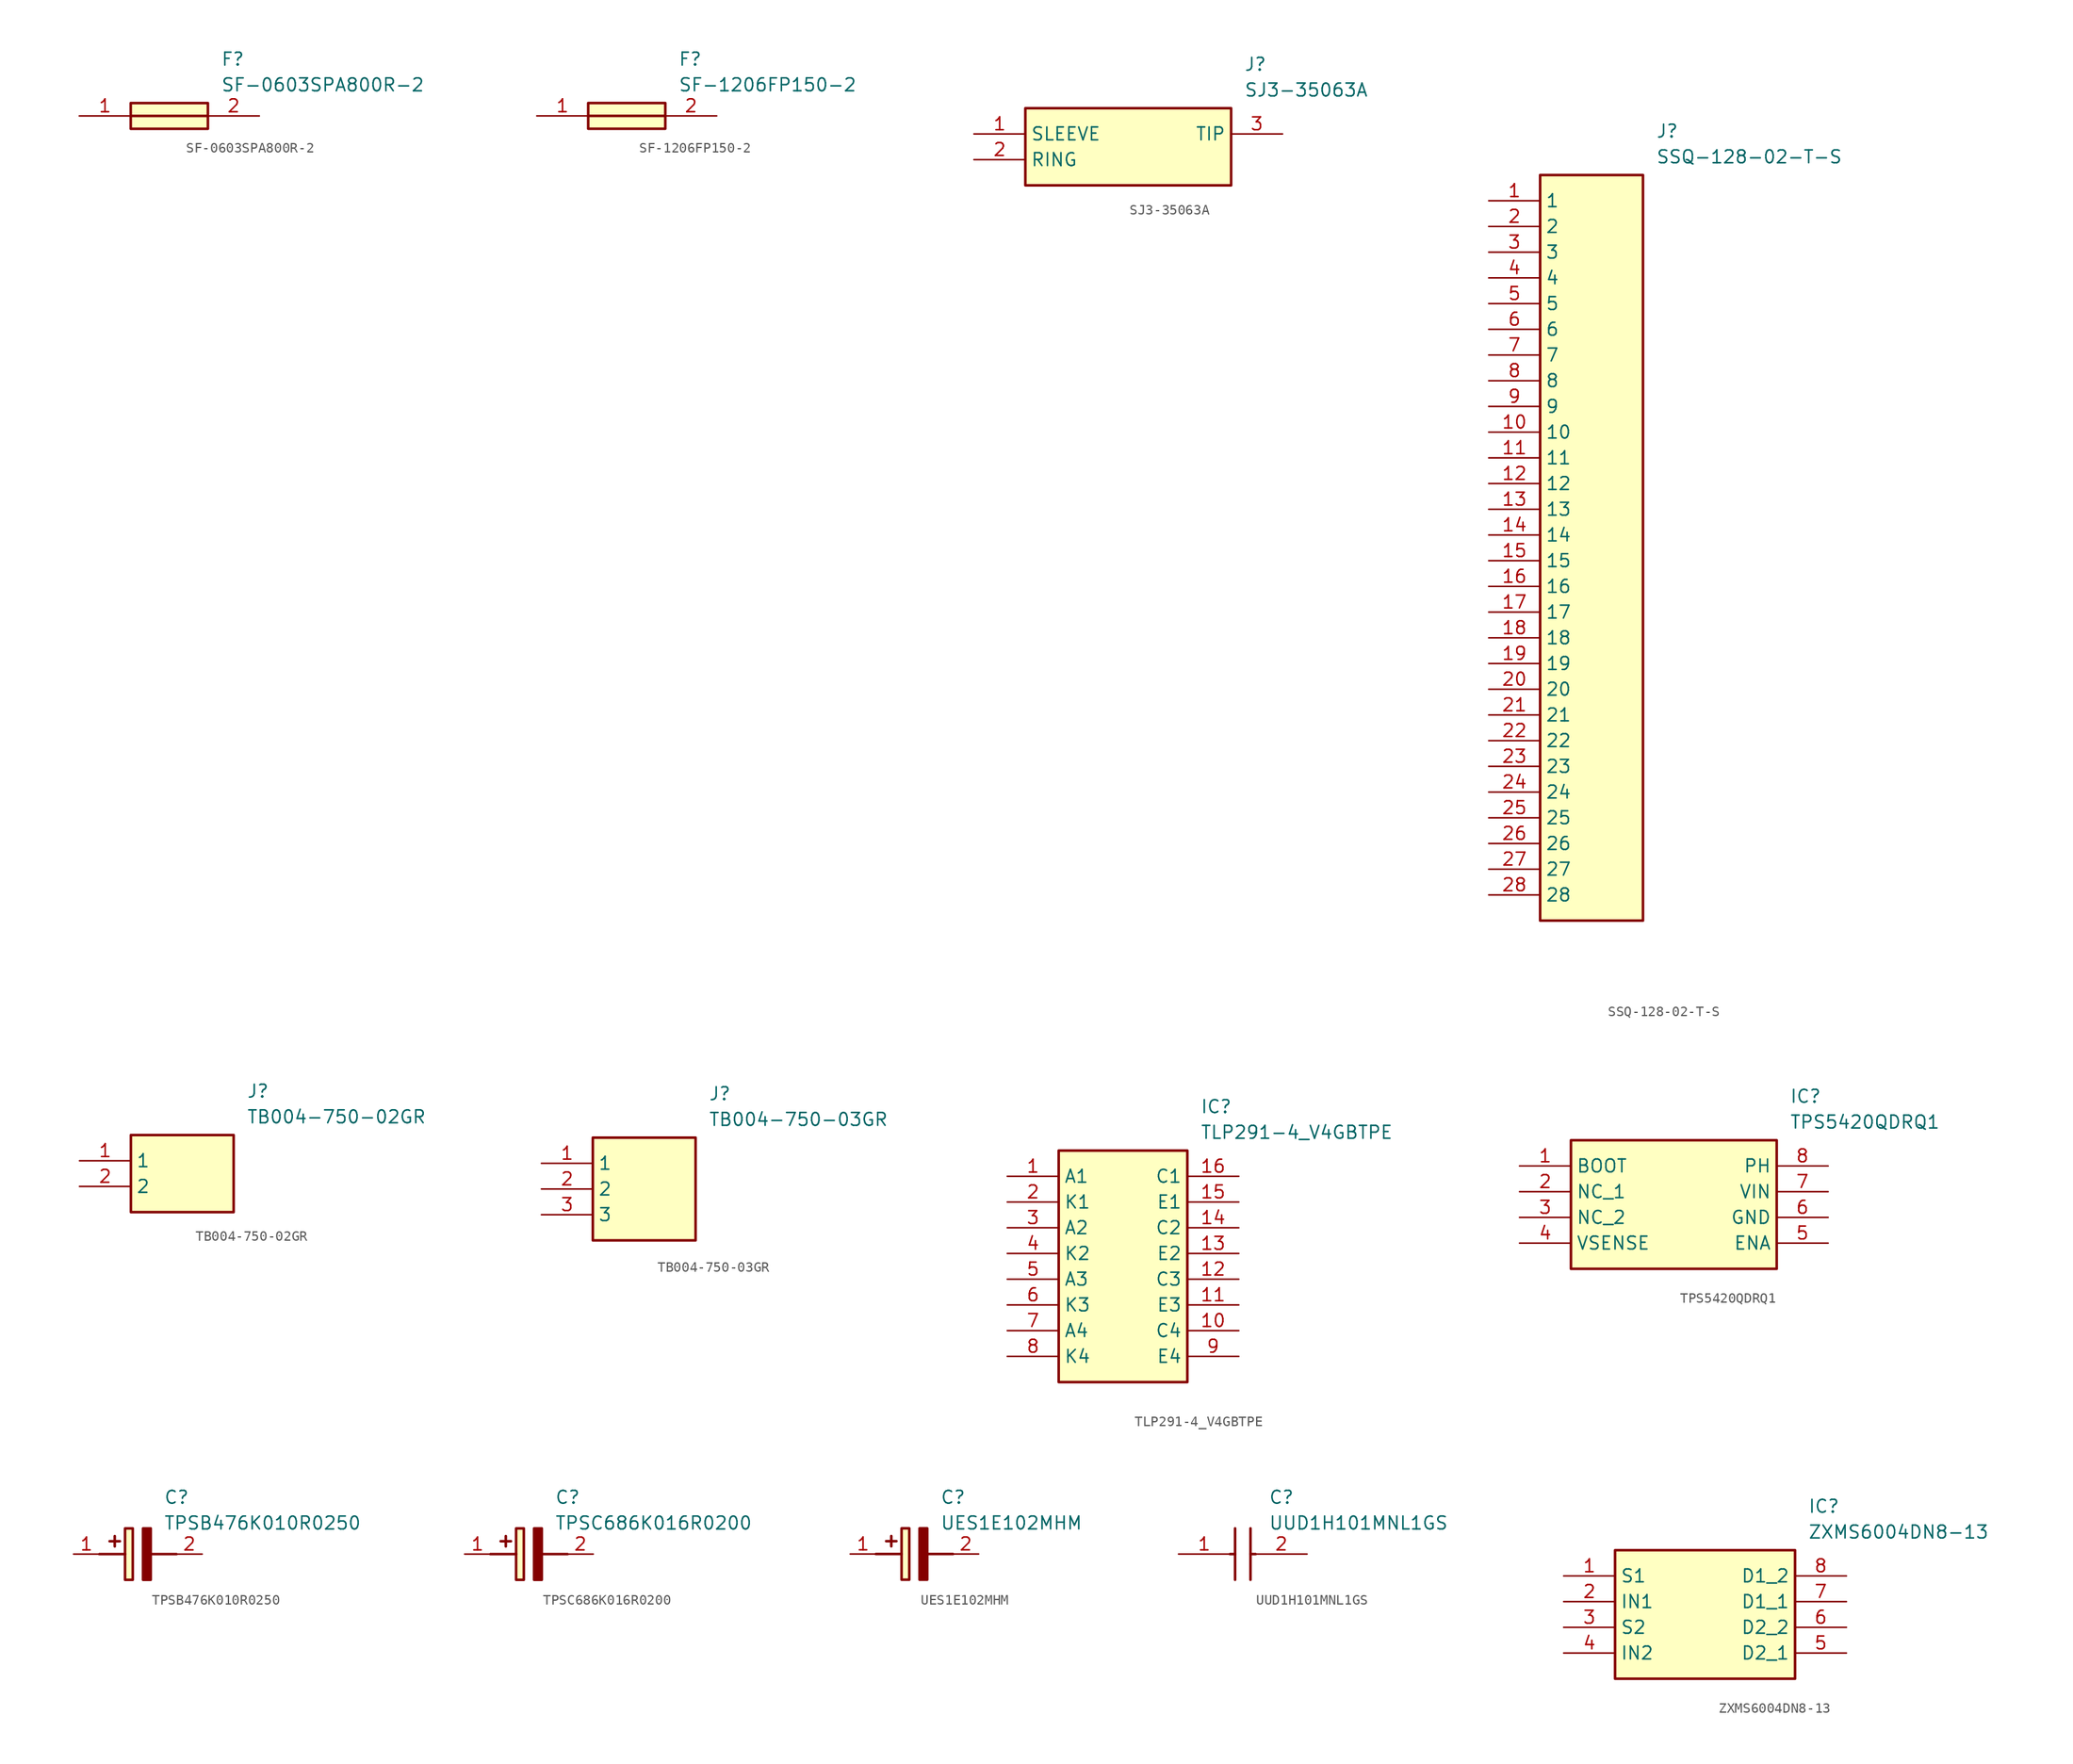
<source format=kicad_sym>
(kicad_symbol_lib
  (version 20220914)
  (generator SamacSys_ECAD_Model)
  (symbol "SF-0603SPA800R-2"
    (pin_names hide)
    (property "Reference" "F"
      (at 13.97 6.35 0)
      (effects (font (size 1.27 1.27)) (justify left top)))
    (property "Value" "SF-0603SPA800R-2"
      (at 13.97 3.81 0)
      (effects (font (size 1.27 1.27)) (justify left top)))
    (rectangle
      (start 5.08 1.27)
      (end 12.7 -1.27)
      (stroke (width 0.254) (type default))
      (fill (type background)))
    (polyline
      (pts (xy 5.08 0) (xy 12.7 0))
      (stroke (width 0.254) (type default))
      (fill (type none)))
    (pin passive line
      (at 0 0 0)
      (length 5.08)
      (name "1" (effects (font (size 1.27 1.27))))
      (number "1" (effects (font (size 1.27 1.27)))))
    (pin passive line
      (at 17.78 0 180)
      (length 5.08)
      (name "2" (effects (font (size 1.27 1.27))))
      (number "2" (effects (font (size 1.27 1.27))))))
  (symbol "SF-1206FP150-2"
    (pin_names hide)
    (property "Reference" "F"
      (at 13.97 6.35 0)
      (effects (font (size 1.27 1.27)) (justify left top)))
    (property "Value" "SF-1206FP150-2"
      (at 13.97 3.81 0)
      (effects (font (size 1.27 1.27)) (justify left top)))
    (rectangle
      (start 5.08 1.27)
      (end 12.7 -1.27)
      (stroke (width 0.254) (type default))
      (fill (type background)))
    (polyline
      (pts (xy 5.08 0) (xy 12.7 0))
      (stroke (width 0.254) (type default))
      (fill (type none)))
    (pin passive line
      (at 0 0 0)
      (length 5.08)
      (name "1" (effects (font (size 1.27 1.27))))
      (number "1" (effects (font (size 1.27 1.27)))))
    (pin passive line
      (at 17.78 0 180)
      (length 5.08)
      (name "2" (effects (font (size 1.27 1.27))))
      (number "2" (effects (font (size 1.27 1.27))))))
  (symbol "SJ3-35063A"
    (property "Reference" "J"
      (at 26.67 7.62 0)
      (effects (font (size 1.27 1.27)) (justify left top)))
    (property "Value" "SJ3-35063A"
      (at 26.67 5.08 0)
      (effects (font (size 1.27 1.27)) (justify left top)))
    (rectangle
      (start 5.08 2.54)
      (end 25.4 -5.08)
      (stroke (width 0.254) (type default))
      (fill (type background)))
    (pin passive line
      (at 0 0 0)
      (length 5.08)
      (name "SLEEVE" (effects (font (size 1.27 1.27))))
      (number "1" (effects (font (size 1.27 1.27)))))
    (pin passive line
      (at 0 -2.54 0)
      (length 5.08)
      (name "RING" (effects (font (size 1.27 1.27))))
      (number "2" (effects (font (size 1.27 1.27)))))
    (pin passive line
      (at 30.48 0 180)
      (length 5.08)
      (name "TIP" (effects (font (size 1.27 1.27))))
      (number "3" (effects (font (size 1.27 1.27))))))
  (symbol "SSQ-128-02-T-S"
    (property "Reference" "J"
      (at 16.51 7.62 0)
      (effects (font (size 1.27 1.27)) (justify left top)))
    (property "Value" "SSQ-128-02-T-S"
      (at 16.51 5.08 0)
      (effects (font (size 1.27 1.27)) (justify left top)))
    (rectangle
      (start 5.08 2.54)
      (end 15.24 -71.12)
      (stroke (width 0.254) (type default))
      (fill (type background)))
    (pin passive line
      (at 0 0 0)
      (length 5.08)
      (name "1" (effects (font (size 1.27 1.27))))
      (number "1" (effects (font (size 1.27 1.27)))))
    (pin passive line
      (at 0 -2.54 0)
      (length 5.08)
      (name "2" (effects (font (size 1.27 1.27))))
      (number "2" (effects (font (size 1.27 1.27)))))
    (pin passive line
      (at 0 -5.08 0)
      (length 5.08)
      (name "3" (effects (font (size 1.27 1.27))))
      (number "3" (effects (font (size 1.27 1.27)))))
    (pin passive line
      (at 0 -7.62 0)
      (length 5.08)
      (name "4" (effects (font (size 1.27 1.27))))
      (number "4" (effects (font (size 1.27 1.27)))))
    (pin passive line
      (at 0 -10.16 0)
      (length 5.08)
      (name "5" (effects (font (size 1.27 1.27))))
      (number "5" (effects (font (size 1.27 1.27)))))
    (pin passive line
      (at 0 -12.7 0)
      (length 5.08)
      (name "6" (effects (font (size 1.27 1.27))))
      (number "6" (effects (font (size 1.27 1.27)))))
    (pin passive line
      (at 0 -15.24 0)
      (length 5.08)
      (name "7" (effects (font (size 1.27 1.27))))
      (number "7" (effects (font (size 1.27 1.27)))))
    (pin passive line
      (at 0 -17.78 0)
      (length 5.08)
      (name "8" (effects (font (size 1.27 1.27))))
      (number "8" (effects (font (size 1.27 1.27)))))
    (pin passive line
      (at 0 -20.32 0)
      (length 5.08)
      (name "9" (effects (font (size 1.27 1.27))))
      (number "9" (effects (font (size 1.27 1.27)))))
    (pin passive line
      (at 0 -22.86 0)
      (length 5.08)
      (name "10" (effects (font (size 1.27 1.27))))
      (number "10" (effects (font (size 1.27 1.27)))))
    (pin passive line
      (at 0 -25.4 0)
      (length 5.08)
      (name "11" (effects (font (size 1.27 1.27))))
      (number "11" (effects (font (size 1.27 1.27)))))
    (pin passive line
      (at 0 -27.94 0)
      (length 5.08)
      (name "12" (effects (font (size 1.27 1.27))))
      (number "12" (effects (font (size 1.27 1.27)))))
    (pin passive line
      (at 0 -30.48 0)
      (length 5.08)
      (name "13" (effects (font (size 1.27 1.27))))
      (number "13" (effects (font (size 1.27 1.27)))))
    (pin passive line
      (at 0 -33.02 0)
      (length 5.08)
      (name "14" (effects (font (size 1.27 1.27))))
      (number "14" (effects (font (size 1.27 1.27)))))
    (pin passive line
      (at 0 -35.56 0)
      (length 5.08)
      (name "15" (effects (font (size 1.27 1.27))))
      (number "15" (effects (font (size 1.27 1.27)))))
    (pin passive line
      (at 0 -38.1 0)
      (length 5.08)
      (name "16" (effects (font (size 1.27 1.27))))
      (number "16" (effects (font (size 1.27 1.27)))))
    (pin passive line
      (at 0 -40.64 0)
      (length 5.08)
      (name "17" (effects (font (size 1.27 1.27))))
      (number "17" (effects (font (size 1.27 1.27)))))
    (pin passive line
      (at 0 -43.18 0)
      (length 5.08)
      (name "18" (effects (font (size 1.27 1.27))))
      (number "18" (effects (font (size 1.27 1.27)))))
    (pin passive line
      (at 0 -45.72 0)
      (length 5.08)
      (name "19" (effects (font (size 1.27 1.27))))
      (number "19" (effects (font (size 1.27 1.27)))))
    (pin passive line
      (at 0 -48.26 0)
      (length 5.08)
      (name "20" (effects (font (size 1.27 1.27))))
      (number "20" (effects (font (size 1.27 1.27)))))
    (pin passive line
      (at 0 -50.8 0)
      (length 5.08)
      (name "21" (effects (font (size 1.27 1.27))))
      (number "21" (effects (font (size 1.27 1.27)))))
    (pin passive line
      (at 0 -53.34 0)
      (length 5.08)
      (name "22" (effects (font (size 1.27 1.27))))
      (number "22" (effects (font (size 1.27 1.27)))))
    (pin passive line
      (at 0 -55.88 0)
      (length 5.08)
      (name "23" (effects (font (size 1.27 1.27))))
      (number "23" (effects (font (size 1.27 1.27)))))
    (pin passive line
      (at 0 -58.42 0)
      (length 5.08)
      (name "24" (effects (font (size 1.27 1.27))))
      (number "24" (effects (font (size 1.27 1.27)))))
    (pin passive line
      (at 0 -60.96 0)
      (length 5.08)
      (name "25" (effects (font (size 1.27 1.27))))
      (number "25" (effects (font (size 1.27 1.27)))))
    (pin passive line
      (at 0 -63.5 0)
      (length 5.08)
      (name "26" (effects (font (size 1.27 1.27))))
      (number "26" (effects (font (size 1.27 1.27)))))
    (pin passive line
      (at 0 -66.04 0)
      (length 5.08)
      (name "27" (effects (font (size 1.27 1.27))))
      (number "27" (effects (font (size 1.27 1.27)))))
    (pin passive line
      (at 0 -68.58 0)
      (length 5.08)
      (name "28" (effects (font (size 1.27 1.27))))
      (number "28" (effects (font (size 1.27 1.27))))))
  (symbol "TB004-750-02GR"
    (property "Reference" "J"
      (at 16.51 7.62 0)
      (effects (font (size 1.27 1.27)) (justify left top)))
    (property "Value" "TB004-750-02GR"
      (at 16.51 5.08 0)
      (effects (font (size 1.27 1.27)) (justify left top)))
    (rectangle
      (start 5.08 2.54)
      (end 15.24 -5.08)
      (stroke (width 0.254) (type default))
      (fill (type background)))
    (pin passive line
      (at 0 0 0)
      (length 5.08)
      (name "1" (effects (font (size 1.27 1.27))))
      (number "1" (effects (font (size 1.27 1.27)))))
    (pin passive line
      (at 0 -2.54 0)
      (length 5.08)
      (name "2" (effects (font (size 1.27 1.27))))
      (number "2" (effects (font (size 1.27 1.27))))))
  (symbol "TB004-750-03GR"
    (property "Reference" "J"
      (at 16.51 7.62 0)
      (effects (font (size 1.27 1.27)) (justify left top)))
    (property "Value" "TB004-750-03GR"
      (at 16.51 5.08 0)
      (effects (font (size 1.27 1.27)) (justify left top)))
    (rectangle
      (start 5.08 2.54)
      (end 15.24 -7.62)
      (stroke (width 0.254) (type default))
      (fill (type background)))
    (pin passive line
      (at 0 0 0)
      (length 5.08)
      (name "1" (effects (font (size 1.27 1.27))))
      (number "1" (effects (font (size 1.27 1.27)))))
    (pin passive line
      (at 0 -2.54 0)
      (length 5.08)
      (name "2" (effects (font (size 1.27 1.27))))
      (number "2" (effects (font (size 1.27 1.27)))))
    (pin passive line
      (at 0 -5.08 0)
      (length 5.08)
      (name "3" (effects (font (size 1.27 1.27))))
      (number "3" (effects (font (size 1.27 1.27))))))
  (symbol "TLP291-4_V4GBTPE"
    (property "Reference" "IC"
      (at 19.05 7.62 0)
      (effects (font (size 1.27 1.27)) (justify left top)))
    (property "Value" "TLP291-4_V4GBTPE"
      (at 19.05 5.08 0)
      (effects (font (size 1.27 1.27)) (justify left top)))
    (rectangle
      (start 5.08 2.54)
      (end 17.78 -20.32)
      (stroke (width 0.254) (type default))
      (fill (type background)))
    (pin passive line
      (at 0 0 0)
      (length 5.08)
      (name "A1" (effects (font (size 1.27 1.27))))
      (number "1" (effects (font (size 1.27 1.27)))))
    (pin passive line
      (at 0 -2.54 0)
      (length 5.08)
      (name "K1" (effects (font (size 1.27 1.27))))
      (number "2" (effects (font (size 1.27 1.27)))))
    (pin passive line
      (at 0 -5.08 0)
      (length 5.08)
      (name "A2" (effects (font (size 1.27 1.27))))
      (number "3" (effects (font (size 1.27 1.27)))))
    (pin passive line
      (at 0 -7.62 0)
      (length 5.08)
      (name "K2" (effects (font (size 1.27 1.27))))
      (number "4" (effects (font (size 1.27 1.27)))))
    (pin passive line
      (at 0 -10.16 0)
      (length 5.08)
      (name "A3" (effects (font (size 1.27 1.27))))
      (number "5" (effects (font (size 1.27 1.27)))))
    (pin passive line
      (at 0 -12.7 0)
      (length 5.08)
      (name "K3" (effects (font (size 1.27 1.27))))
      (number "6" (effects (font (size 1.27 1.27)))))
    (pin passive line
      (at 0 -15.24 0)
      (length 5.08)
      (name "A4" (effects (font (size 1.27 1.27))))
      (number "7" (effects (font (size 1.27 1.27)))))
    (pin passive line
      (at 0 -17.78 0)
      (length 5.08)
      (name "K4" (effects (font (size 1.27 1.27))))
      (number "8" (effects (font (size 1.27 1.27)))))
    (pin passive line
      (at 22.86 0 180)
      (length 5.08)
      (name "C1" (effects (font (size 1.27 1.27))))
      (number "16" (effects (font (size 1.27 1.27)))))
    (pin passive line
      (at 22.86 -2.54 180)
      (length 5.08)
      (name "E1" (effects (font (size 1.27 1.27))))
      (number "15" (effects (font (size 1.27 1.27)))))
    (pin passive line
      (at 22.86 -5.08 180)
      (length 5.08)
      (name "C2" (effects (font (size 1.27 1.27))))
      (number "14" (effects (font (size 1.27 1.27)))))
    (pin passive line
      (at 22.86 -7.62 180)
      (length 5.08)
      (name "E2" (effects (font (size 1.27 1.27))))
      (number "13" (effects (font (size 1.27 1.27)))))
    (pin passive line
      (at 22.86 -10.16 180)
      (length 5.08)
      (name "C3" (effects (font (size 1.27 1.27))))
      (number "12" (effects (font (size 1.27 1.27)))))
    (pin passive line
      (at 22.86 -12.7 180)
      (length 5.08)
      (name "E3" (effects (font (size 1.27 1.27))))
      (number "11" (effects (font (size 1.27 1.27)))))
    (pin passive line
      (at 22.86 -15.24 180)
      (length 5.08)
      (name "C4" (effects (font (size 1.27 1.27))))
      (number "10" (effects (font (size 1.27 1.27)))))
    (pin passive line
      (at 22.86 -17.78 180)
      (length 5.08)
      (name "E4" (effects (font (size 1.27 1.27))))
      (number "9" (effects (font (size 1.27 1.27))))))
  (symbol "TPS5420QDRQ1"
    (property "Reference" "IC"
      (at 26.67 7.62 0)
      (effects (font (size 1.27 1.27)) (justify left top)))
    (property "Value" "TPS5420QDRQ1"
      (at 26.67 5.08 0)
      (effects (font (size 1.27 1.27)) (justify left top)))
    (rectangle
      (start 5.08 2.54)
      (end 25.4 -10.16)
      (stroke (width 0.254) (type default))
      (fill (type background)))
    (pin passive line
      (at 0 0 0)
      (length 5.08)
      (name "BOOT" (effects (font (size 1.27 1.27))))
      (number "1" (effects (font (size 1.27 1.27)))))
    (pin passive line
      (at 0 -2.54 0)
      (length 5.08)
      (name "NC_1" (effects (font (size 1.27 1.27))))
      (number "2" (effects (font (size 1.27 1.27)))))
    (pin passive line
      (at 0 -5.08 0)
      (length 5.08)
      (name "NC_2" (effects (font (size 1.27 1.27))))
      (number "3" (effects (font (size 1.27 1.27)))))
    (pin passive line
      (at 0 -7.62 0)
      (length 5.08)
      (name "VSENSE" (effects (font (size 1.27 1.27))))
      (number "4" (effects (font (size 1.27 1.27)))))
    (pin passive line
      (at 30.48 0 180)
      (length 5.08)
      (name "PH" (effects (font (size 1.27 1.27))))
      (number "8" (effects (font (size 1.27 1.27)))))
    (pin passive line
      (at 30.48 -2.54 180)
      (length 5.08)
      (name "VIN" (effects (font (size 1.27 1.27))))
      (number "7" (effects (font (size 1.27 1.27)))))
    (pin passive line
      (at 30.48 -5.08 180)
      (length 5.08)
      (name "GND" (effects (font (size 1.27 1.27))))
      (number "6" (effects (font (size 1.27 1.27)))))
    (pin passive line
      (at 30.48 -7.62 180)
      (length 5.08)
      (name "ENA" (effects (font (size 1.27 1.27))))
      (number "5" (effects (font (size 1.27 1.27))))))
  (symbol "TPSB476K010R0250"
    (pin_names hide)
    (property "Reference" "C"
      (at 8.89 6.35 0)
      (effects (font (size 1.27 1.27)) (justify left top)))
    (property "Value" "TPSB476K010R0250"
      (at 8.89 3.81 0)
      (effects (font (size 1.27 1.27)) (justify left top)))
    (rectangle
      (start 5.08 2.54)
      (end 5.842 -2.54)
      (stroke (width 0.254) (type default))
      (fill (type background)))
    (polyline
      (pts (xy 4.572 1.27) (xy 3.556 1.27))
      (stroke (width 0.254) (type default))
      (fill (type none)))
    (polyline
      (pts (xy 4.064 1.778) (xy 4.064 0.762))
      (stroke (width 0.254) (type default))
      (fill (type none)))
    (polyline
      (pts (xy 2.54 0) (xy 5.08 0))
      (stroke (width 0.254) (type default))
      (fill (type none)))
    (polyline
      (pts (xy 7.62 0) (xy 10.16 0))
      (stroke (width 0.254) (type default))
      (fill (type none)))
    (polyline
      (pts (xy 7.62 2.54) (xy 7.62 -2.54) (xy 6.858 -2.54) (xy 6.858 2.54) (xy 7.62 2.54))
      (stroke (width 0.254) (type default))
      (fill (type outline)))
    (pin passive line
      (at 0 0 0)
      (length 2.54)
      (name "+" (effects (font (size 1.27 1.27))))
      (number "1" (effects (font (size 1.27 1.27)))))
    (pin passive line
      (at 12.7 0 180)
      (length 2.54)
      (name "-" (effects (font (size 1.27 1.27))))
      (number "2" (effects (font (size 1.27 1.27))))))
  (symbol "TPSC686K016R0200"
    (pin_names hide)
    (property "Reference" "C"
      (at 8.89 6.35 0)
      (effects (font (size 1.27 1.27)) (justify left top)))
    (property "Value" "TPSC686K016R0200"
      (at 8.89 3.81 0)
      (effects (font (size 1.27 1.27)) (justify left top)))
    (rectangle
      (start 5.08 2.54)
      (end 5.842 -2.54)
      (stroke (width 0.254) (type default))
      (fill (type background)))
    (polyline
      (pts (xy 4.572 1.27) (xy 3.556 1.27))
      (stroke (width 0.254) (type default))
      (fill (type none)))
    (polyline
      (pts (xy 4.064 1.778) (xy 4.064 0.762))
      (stroke (width 0.254) (type default))
      (fill (type none)))
    (polyline
      (pts (xy 2.54 0) (xy 5.08 0))
      (stroke (width 0.254) (type default))
      (fill (type none)))
    (polyline
      (pts (xy 7.62 0) (xy 10.16 0))
      (stroke (width 0.254) (type default))
      (fill (type none)))
    (polyline
      (pts (xy 7.62 2.54) (xy 7.62 -2.54) (xy 6.858 -2.54) (xy 6.858 2.54) (xy 7.62 2.54))
      (stroke (width 0.254) (type default))
      (fill (type outline)))
    (pin passive line
      (at 0 0 0)
      (length 2.54)
      (name "+" (effects (font (size 1.27 1.27))))
      (number "1" (effects (font (size 1.27 1.27)))))
    (pin passive line
      (at 12.7 0 180)
      (length 2.54)
      (name "-" (effects (font (size 1.27 1.27))))
      (number "2" (effects (font (size 1.27 1.27))))))
  (symbol "UES1E102MHM"
    (pin_names hide)
    (property "Reference" "C"
      (at 8.89 6.35 0)
      (effects (font (size 1.27 1.27)) (justify left top)))
    (property "Value" "UES1E102MHM"
      (at 8.89 3.81 0)
      (effects (font (size 1.27 1.27)) (justify left top)))
    (rectangle
      (start 5.08 2.54)
      (end 5.842 -2.54)
      (stroke (width 0.254) (type default))
      (fill (type background)))
    (polyline
      (pts (xy 4.572 1.27) (xy 3.556 1.27))
      (stroke (width 0.254) (type default))
      (fill (type none)))
    (polyline
      (pts (xy 4.064 1.778) (xy 4.064 0.762))
      (stroke (width 0.254) (type default))
      (fill (type none)))
    (polyline
      (pts (xy 2.54 0) (xy 5.08 0))
      (stroke (width 0.254) (type default))
      (fill (type none)))
    (polyline
      (pts (xy 7.62 0) (xy 10.16 0))
      (stroke (width 0.254) (type default))
      (fill (type none)))
    (polyline
      (pts (xy 7.62 2.54) (xy 7.62 -2.54) (xy 6.858 -2.54) (xy 6.858 2.54) (xy 7.62 2.54))
      (stroke (width 0.254) (type default))
      (fill (type outline)))
    (pin passive line
      (at 0 0 0)
      (length 2.54)
      (name "+" (effects (font (size 1.27 1.27))))
      (number "1" (effects (font (size 1.27 1.27)))))
    (pin passive line
      (at 12.7 0 180)
      (length 2.54)
      (name "-" (effects (font (size 1.27 1.27))))
      (number "2" (effects (font (size 1.27 1.27))))))
  (symbol "UUD1H101MNL1GS"
    (pin_names hide)
    (property "Reference" "C"
      (at 8.89 6.35 0)
      (effects (font (size 1.27 1.27)) (justify left top)))
    (property "Value" "UUD1H101MNL1GS"
      (at 8.89 3.81 0)
      (effects (font (size 1.27 1.27)) (justify left top)))
    (polyline
      (pts (xy 5.588 2.54) (xy 5.588 -2.54))
      (stroke (width 0.254) (type default))
      (fill (type none)))
    (polyline
      (pts (xy 7.112 2.54) (xy 7.112 -2.54))
      (stroke (width 0.254) (type default))
      (fill (type none)))
    (polyline
      (pts (xy 5.08 0) (xy 5.588 0))
      (stroke (width 0.254) (type default))
      (fill (type none)))
    (polyline
      (pts (xy 7.112 0) (xy 7.62 0))
      (stroke (width 0.254) (type default))
      (fill (type none)))
    (pin passive line
      (at 0 0 0)
      (length 5.08)
      (name "+" (effects (font (size 1.27 1.27))))
      (number "1" (effects (font (size 1.27 1.27)))))
    (pin passive line
      (at 12.7 0 180)
      (length 5.08)
      (name "-" (effects (font (size 1.27 1.27))))
      (number "2" (effects (font (size 1.27 1.27))))))
  (symbol "ZXMS6004DN8-13"
    (property "Reference" "IC"
      (at 24.13 7.62 0)
      (effects (font (size 1.27 1.27)) (justify left top)))
    (property "Value" "ZXMS6004DN8-13"
      (at 24.13 5.08 0)
      (effects (font (size 1.27 1.27)) (justify left top)))
    (rectangle
      (start 5.08 2.54)
      (end 22.86 -10.16)
      (stroke (width 0.254) (type default))
      (fill (type background)))
    (pin power_in line
      (at 0 0 0)
      (length 5.08)
      (name "S1" (effects (font (size 1.27 1.27))))
      (number "1" (effects (font (size 1.27 1.27)))))
    (pin input line
      (at 0 -2.54 0)
      (length 5.08)
      (name "IN1" (effects (font (size 1.27 1.27))))
      (number "2" (effects (font (size 1.27 1.27)))))
    (pin power_in line
      (at 0 -5.08 0)
      (length 5.08)
      (name "S2" (effects (font (size 1.27 1.27))))
      (number "3" (effects (font (size 1.27 1.27)))))
    (pin input line
      (at 0 -7.62 0)
      (length 5.08)
      (name "IN2" (effects (font (size 1.27 1.27))))
      (number "4" (effects (font (size 1.27 1.27)))))
    (pin output line
      (at 27.94 0 180)
      (length 5.08)
      (name "D1_2" (effects (font (size 1.27 1.27))))
      (number "8" (effects (font (size 1.27 1.27)))))
    (pin output line
      (at 27.94 -2.54 180)
      (length 5.08)
      (name "D1_1" (effects (font (size 1.27 1.27))))
      (number "7" (effects (font (size 1.27 1.27)))))
    (pin output line
      (at 27.94 -5.08 180)
      (length 5.08)
      (name "D2_2" (effects (font (size 1.27 1.27))))
      (number "6" (effects (font (size 1.27 1.27)))))
    (pin output line
      (at 27.94 -7.62 180)
      (length 5.08)
      (name "D2_1" (effects (font (size 1.27 1.27))))
      (number "5" (effects (font (size 1.27 1.27)))))))
</source>
